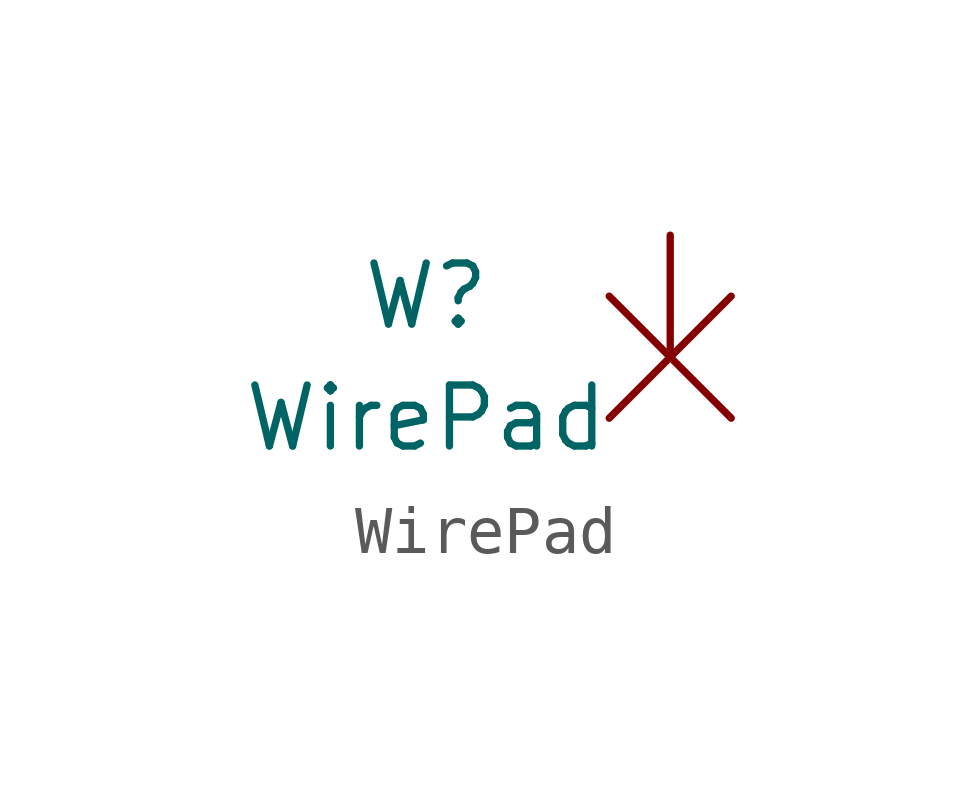
<source format=kicad_sym>
(kicad_symbol_lib
  (version 20220914)
  (generator kicad_symbol_editor)
  (symbol "WirePad"
    (pin_numbers hide)
    (pin_names
      (offset 0) hide)
    (property "Reference" "W"
      (at -5.08 -1.27 0)
      (effects (font (size 1.27 1.27))))
    (property "Value" "WirePad"
      (at -5.08 -3.81 0)
      (effects (font (size 1.27 1.27))))
    (symbol "WirePad_0_1"
      (polyline (pts (xy -1.27 -3.81) (xy 1.27 -1.27)) (stroke (width 0) (type solid)) (fill (type none)))
      (polyline (pts (xy -1.27 -1.27) (xy 1.27 -3.81)) (stroke (width 0) (type solid)) (fill (type none))))
    (symbol "WirePad_1_1"
      (pin passive line (at 0 0 270) (length 2.54) (name "~" (effects (font (size 1.27 1.27)))) (number "1" (effects (font (size 1.27 1.27))))))))
</source>
